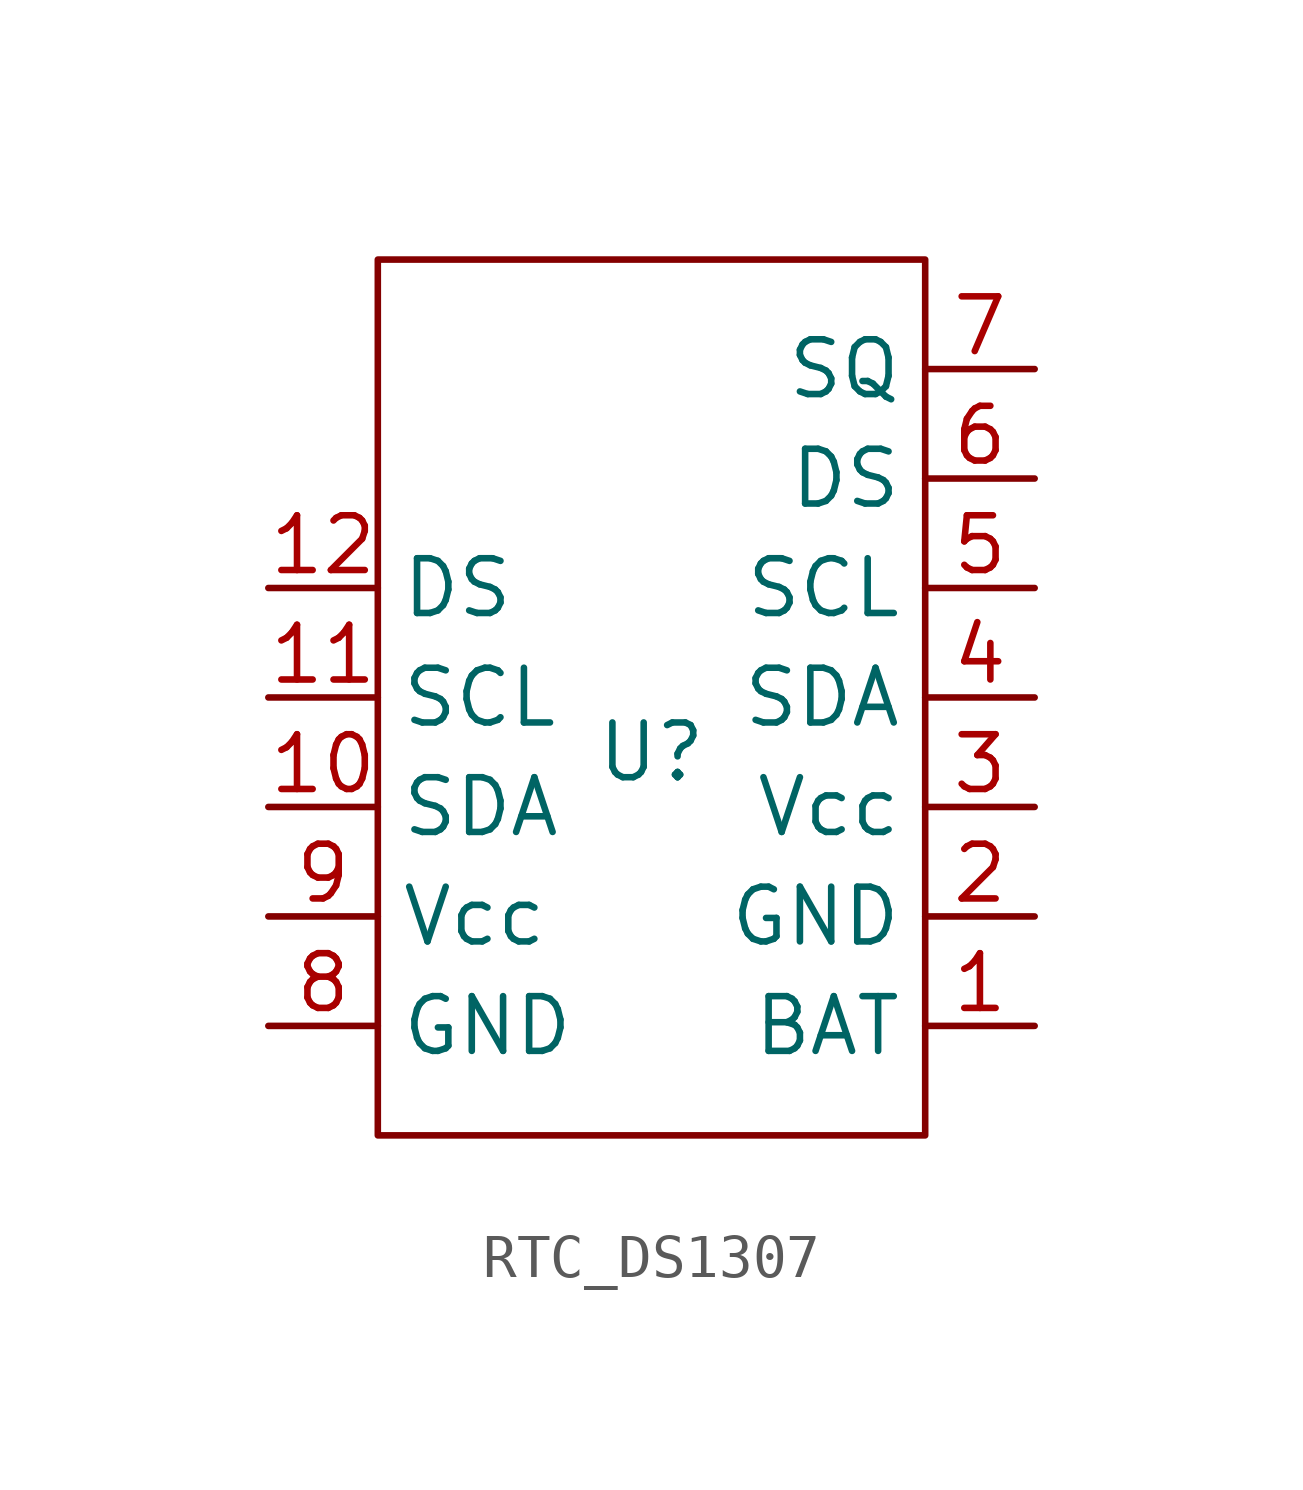
<source format=kicad_sym>
(kicad_symbol_lib
  (version 20231120)
  (generator "kicad_symbol_editor")
  (generator_version "8.0")
  (symbol "RTC_DS1307"
    (property "Reference" "U"
      (at 0 0 0)
      (effects (font (size 1.27 1.27))))
    (property "Value" ""
      (at 0 0 0)
      (effects (font (size 1.27 1.27))))
    (symbol "RTC_DS1307_0_1"
      (rectangle (start 6.35 11.43) (end -6.35 -8.89) (stroke (width 0) (type default)) (fill (type none))))
    (symbol "RTC_DS1307_1_1"
      (pin input line (at 8.89 -6.35 180) (length 2.54) (name "BAT" (effects (font (size 1.27 1.27)))) (number "1" (effects (font (size 1.27 1.27)))))
      (pin input line (at -8.89 -1.27 0) (length 2.54) (name "SDA" (effects (font (size 1.27 1.27)))) (number "10" (effects (font (size 1.27 1.27)))))
      (pin input line (at -8.89 1.27 0) (length 2.54) (name "SCL" (effects (font (size 1.27 1.27)))) (number "11" (effects (font (size 1.27 1.27)))))
      (pin input line (at -8.89 3.81 0) (length 2.54) (name "DS" (effects (font (size 1.27 1.27)))) (number "12" (effects (font (size 1.27 1.27)))))
      (pin input line (at 8.89 -3.81 180) (length 2.54) (name "GND" (effects (font (size 1.27 1.27)))) (number "2" (effects (font (size 1.27 1.27)))))
      (pin input line (at 8.89 -1.27 180) (length 2.54) (name "Vcc" (effects (font (size 1.27 1.27)))) (number "3" (effects (font (size 1.27 1.27)))))
      (pin input line (at 8.89 1.27 180) (length 2.54) (name "SDA" (effects (font (size 1.27 1.27)))) (number "4" (effects (font (size 1.27 1.27)))))
      (pin input line (at 8.89 3.81 180) (length 2.54) (name "SCL" (effects (font (size 1.27 1.27)))) (number "5" (effects (font (size 1.27 1.27)))))
      (pin input line (at 8.89 6.35 180) (length 2.54) (name "DS" (effects (font (size 1.27 1.27)))) (number "6" (effects (font (size 1.27 1.27)))))
      (pin input line (at 8.89 8.89 180) (length 2.54) (name "SQ" (effects (font (size 1.27 1.27)))) (number "7" (effects (font (size 1.27 1.27)))))
      (pin input line (at -8.89 -6.35 0) (length 2.54) (name "GND" (effects (font (size 1.27 1.27)))) (number "8" (effects (font (size 1.27 1.27)))))
      (pin input line (at -8.89 -3.81 0) (length 2.54) (name "Vcc" (effects (font (size 1.27 1.27)))) (number "9" (effects (font (size 1.27 1.27))))))))
</source>
